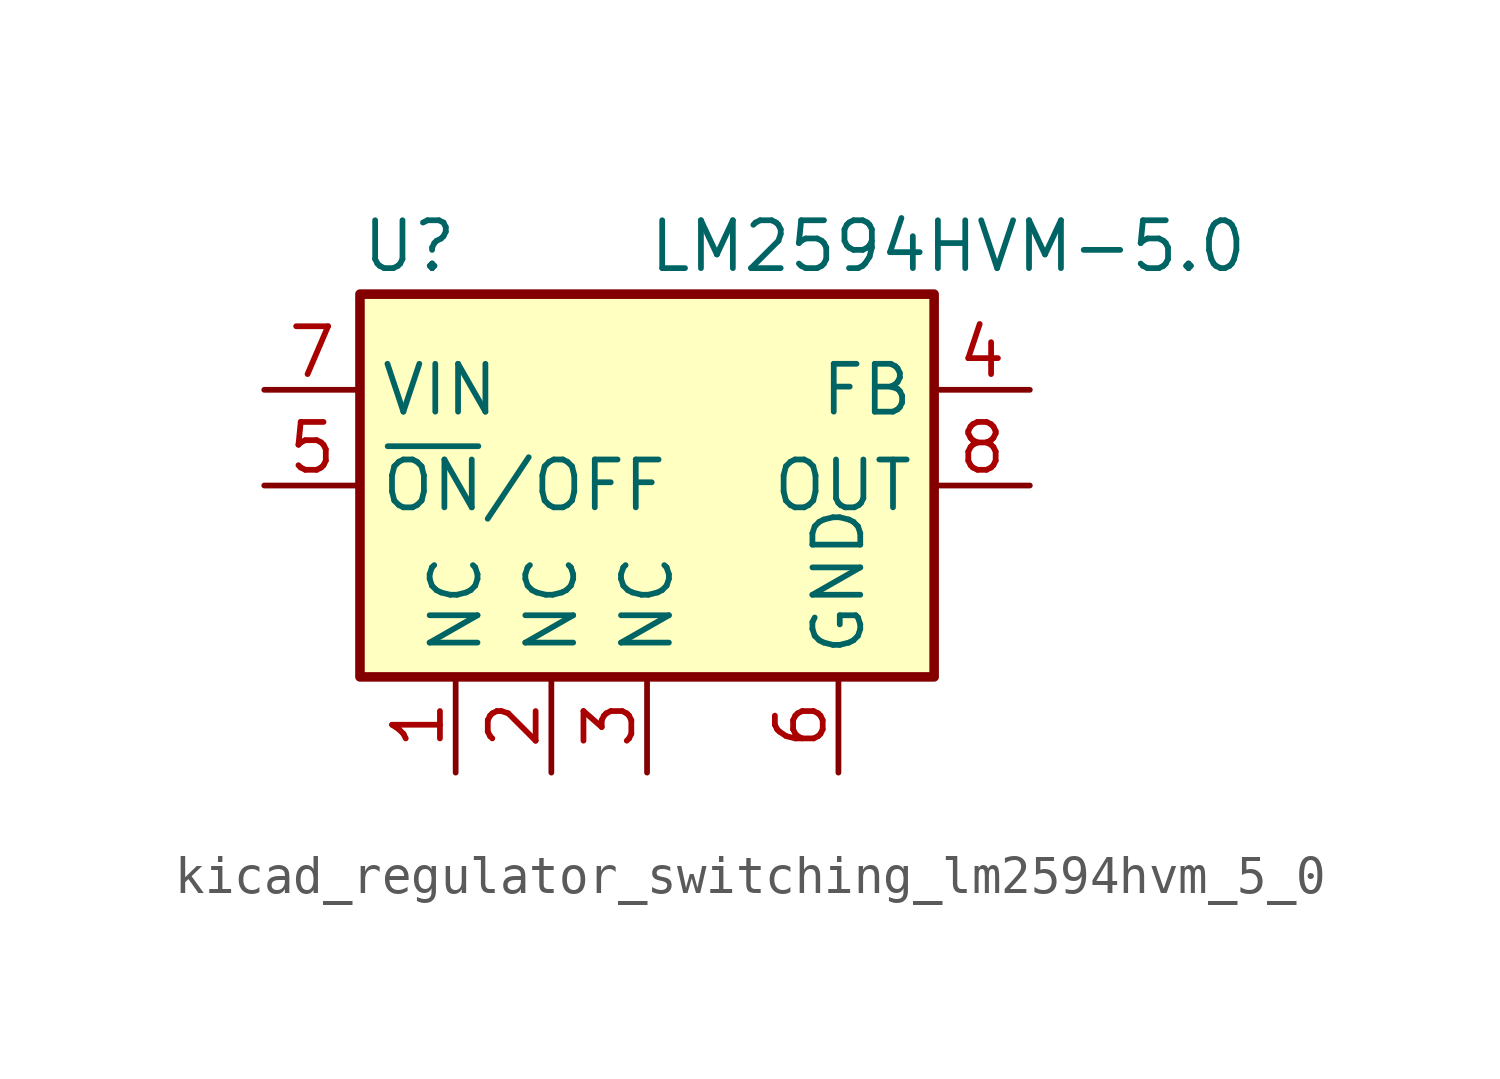
<source format=kicad_sym>
(kicad_symbol_lib
  (version 20220914)
  (generator kicad_symbol_editor)
  (symbol "kicad_regulator_switching_lm2594hvm_5_0"
    (property "Reference" "U"
      (at -7.62 6.35 0)
      (effects (font (size 1.27 1.27)) (justify left)))
    (property "Value" "LM2594HVM-5.0"
      (at 0 6.35 0)
      (effects (font (size 1.27 1.27)) (justify left)))
    (symbol "kicad_regulator_switching_lm2594hvm_5_0_0_1"
      (rectangle (start -7.62 5.08) (end 7.62 -5.08) (stroke (width 0.254) (type default)) (fill (type background))))
    (symbol "kicad_regulator_switching_lm2594hvm_5_0_1_1"
      (pin passive line (at -5.08 -7.62 90) (length 2.54) (name "NC" (effects (font (size 1.27 1.27)))) (number "1" (effects (font (size 1.27 1.27)))))
      (pin passive line (at -2.54 -7.62 90) (length 2.54) (name "NC" (effects (font (size 1.27 1.27)))) (number "2" (effects (font (size 1.27 1.27)))))
      (pin passive line (at 0 -7.62 90) (length 2.54) (name "NC" (effects (font (size 1.27 1.27)))) (number "3" (effects (font (size 1.27 1.27)))))
      (pin input line (at 10.16 2.54 180) (length 2.54) (name "FB" (effects (font (size 1.27 1.27)))) (number "4" (effects (font (size 1.27 1.27)))))
      (pin input line (at -10.16 0 0) (length 2.54) (name "~{ON}/OFF" (effects (font (size 1.27 1.27)))) (number "5" (effects (font (size 1.27 1.27)))))
      (pin power_in line (at 5.08 -7.62 90) (length 2.54) (name "GND" (effects (font (size 1.27 1.27)))) (number "6" (effects (font (size 1.27 1.27)))))
      (pin power_in line (at -10.16 2.54 0) (length 2.54) (name "VIN" (effects (font (size 1.27 1.27)))) (number "7" (effects (font (size 1.27 1.27)))))
      (pin output line (at 10.16 0 180) (length 2.54) (name "OUT" (effects (font (size 1.27 1.27)))) (number "8" (effects (font (size 1.27 1.27))))))))
</source>
